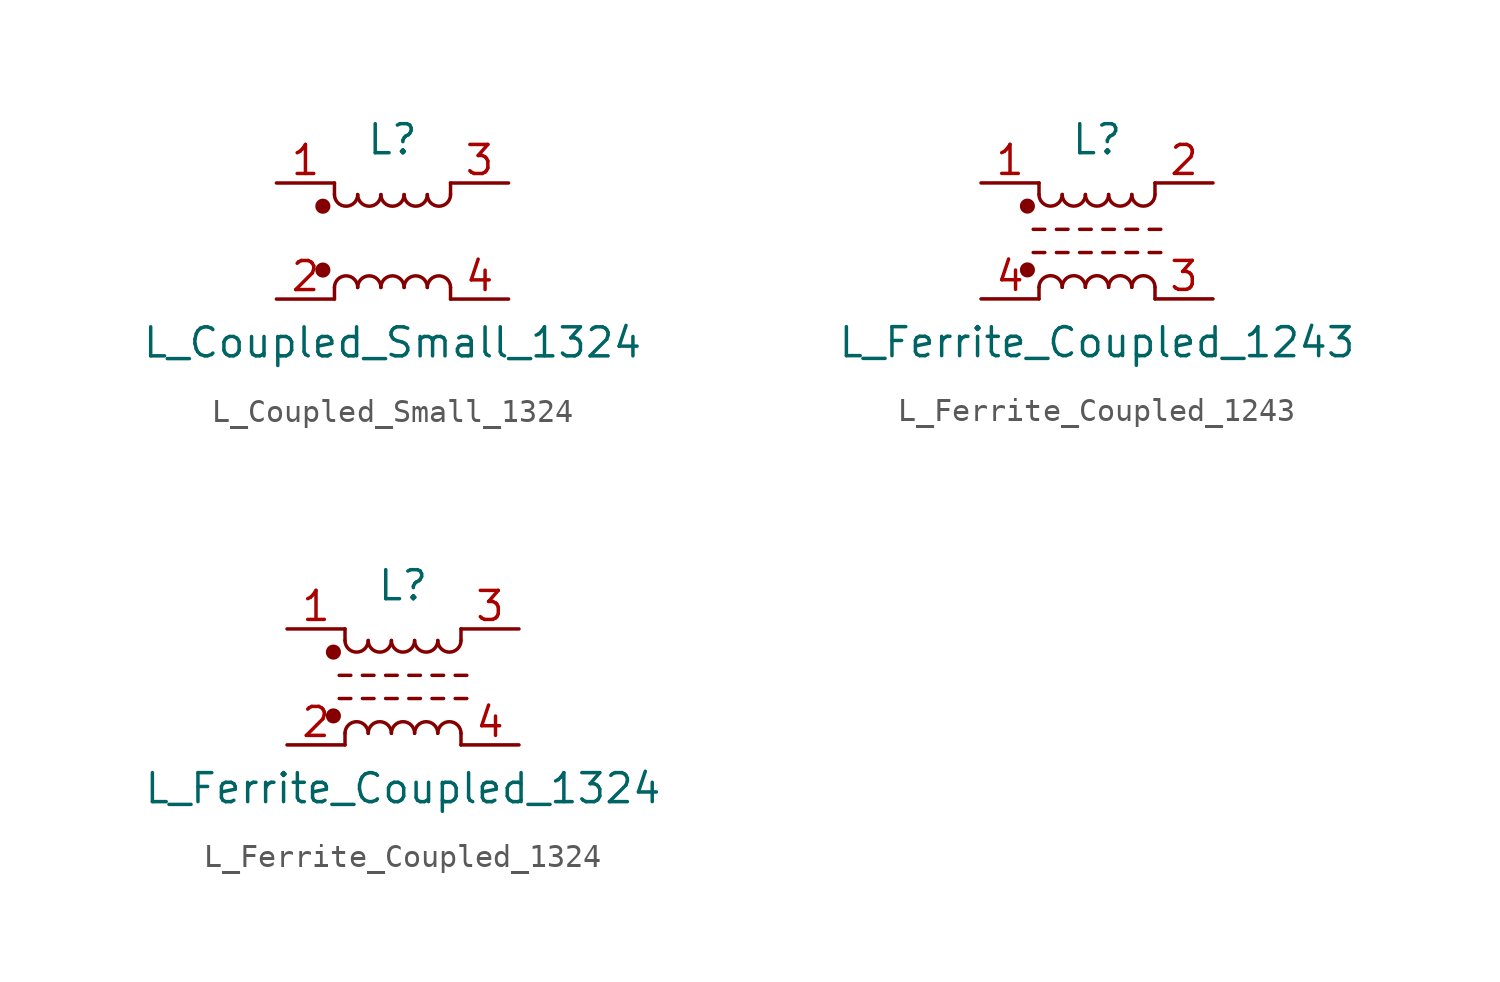
<source format=kicad_sym>
(kicad_symbol_lib
  (version 20220914)
  (generator kicad_symbol_editor)
  (symbol "L_Coupled_Small_1324"
    (pin_names
      (offset 0.254) hide)
    (property "Reference" "L"
      (at 0 4.445 0)
      (effects (font (size 1.27 1.27))))
    (property "Value" "L_Coupled_Small_1324"
      (at 0 -4.445 0)
      (effects (font (size 1.27 1.27))))
    (symbol "L_Coupled_Small_1324_0_1"
      (circle (center -3.048 -1.27) (radius 0.254) (stroke (width 0) (type default)) (fill (type outline)))
      (circle (center -3.048 1.524) (radius 0.254) (stroke (width 0) (type default)) (fill (type outline)))
      (arc (start -2.54 2.032) (mid -2.032 1.5262) (end -1.524 2.032) (stroke (width 0) (type default)) (fill (type none)))
      (arc (start -1.524 -2.032) (mid -2.032 -1.5262) (end -2.54 -2.032) (stroke (width 0) (type default)) (fill (type none)))
      (arc (start -1.524 2.032) (mid -1.016 1.5262) (end -0.508 2.032) (stroke (width 0) (type default)) (fill (type none)))
      (arc (start -0.508 -2.032) (mid -1.016 -1.5262) (end -1.524 -2.032) (stroke (width 0) (type default)) (fill (type none)))
      (arc (start -0.508 2.032) (mid 0 1.5262) (end 0.508 2.032) (stroke (width 0) (type default)) (fill (type none)))
      (polyline (pts (xy -2.54 -2.032) (xy -2.54 -2.54)) (stroke (width 0) (type default)) (fill (type none)))
      (polyline (pts (xy -2.54 2.032) (xy -2.54 2.54)) (stroke (width 0) (type default)) (fill (type none)))
      (polyline (pts (xy 2.54 -2.032) (xy 2.54 -2.54)) (stroke (width 0) (type default)) (fill (type none)))
      (polyline (pts (xy 2.54 2.54) (xy 2.54 2.032)) (stroke (width 0) (type default)) (fill (type none)))
      (arc (start 0.508 -2.032) (mid 0 -1.5262) (end -0.508 -2.032) (stroke (width 0) (type default)) (fill (type none)))
      (arc (start 0.508 2.032) (mid 1.016 1.5262) (end 1.524 2.032) (stroke (width 0) (type default)) (fill (type none)))
      (arc (start 1.524 -2.032) (mid 1.016 -1.5262) (end 0.508 -2.032) (stroke (width 0) (type default)) (fill (type none)))
      (arc (start 1.524 2.032) (mid 2.032 1.5262) (end 2.54 2.032) (stroke (width 0) (type default)) (fill (type none)))
      (arc (start 2.54 -2.032) (mid 2.032 -1.5262) (end 1.524 -2.032) (stroke (width 0) (type default)) (fill (type none))))
    (symbol "L_Coupled_Small_1324_1_1"
      (pin passive line (at -5.08 2.54 0) (length 2.54) (name "1" (effects (font (size 1.27 1.27)))) (number "1" (effects (font (size 1.27 1.27)))))
      (pin passive line (at -5.08 -2.54 0) (length 2.54) (name "2" (effects (font (size 1.27 1.27)))) (number "2" (effects (font (size 1.27 1.27)))))
      (pin passive line (at 5.08 2.54 180) (length 2.54) (name "3" (effects (font (size 1.27 1.27)))) (number "3" (effects (font (size 1.27 1.27)))))
      (pin passive line (at 5.08 -2.54 180) (length 2.54) (name "4" (effects (font (size 1.27 1.27)))) (number "4" (effects (font (size 1.27 1.27)))))))
  (symbol "L_Ferrite_Coupled_1243"
    (pin_names
      (offset 0.254) hide)
    (property "Reference" "L"
      (at 0 4.445 0)
      (effects (font (size 1.27 1.27))))
    (property "Value" "L_Ferrite_Coupled_1243"
      (at 0 -4.445 0)
      (effects (font (size 1.27 1.27))))
    (symbol "L_Ferrite_Coupled_1243_0_1"
      (circle (center -3.048 -1.27) (radius 0.254) (stroke (width 0) (type default)) (fill (type outline)))
      (circle (center -3.048 1.524) (radius 0.254) (stroke (width 0) (type default)) (fill (type outline)))
      (arc (start -2.54 2.032) (mid -2.032 1.5262) (end -1.524 2.032) (stroke (width 0) (type default)) (fill (type none)))
      (arc (start -1.524 -2.032) (mid -2.032 -1.5262) (end -2.54 -2.032) (stroke (width 0) (type default)) (fill (type none)))
      (arc (start -1.524 2.032) (mid -1.016 1.5262) (end -0.508 2.032) (stroke (width 0) (type default)) (fill (type none)))
      (arc (start -0.508 -2.032) (mid -1.016 -1.5262) (end -1.524 -2.032) (stroke (width 0) (type default)) (fill (type none)))
      (arc (start -0.508 2.032) (mid 0 1.5262) (end 0.508 2.032) (stroke (width 0) (type default)) (fill (type none)))
      (polyline (pts (xy -2.794 -0.508) (xy -2.286 -0.508)) (stroke (width 0) (type default)) (fill (type none)))
      (polyline (pts (xy -2.794 0.508) (xy -2.286 0.508)) (stroke (width 0) (type default)) (fill (type none)))
      (polyline (pts (xy -2.54 -2.032) (xy -2.54 -2.54)) (stroke (width 0) (type default)) (fill (type none)))
      (polyline (pts (xy -2.54 2.032) (xy -2.54 2.54)) (stroke (width 0) (type default)) (fill (type none)))
      (polyline (pts (xy -1.778 -0.508) (xy -1.27 -0.508)) (stroke (width 0) (type default)) (fill (type none)))
      (polyline (pts (xy -1.778 0.508) (xy -1.27 0.508)) (stroke (width 0) (type default)) (fill (type none)))
      (polyline (pts (xy -0.762 -0.508) (xy -0.254 -0.508)) (stroke (width 0) (type default)) (fill (type none)))
      (polyline (pts (xy -0.762 0.508) (xy -0.254 0.508)) (stroke (width 0) (type default)) (fill (type none)))
      (polyline (pts (xy 0.254 -0.508) (xy 0.762 -0.508)) (stroke (width 0) (type default)) (fill (type none)))
      (polyline (pts (xy 0.254 0.508) (xy 0.762 0.508)) (stroke (width 0) (type default)) (fill (type none)))
      (polyline (pts (xy 1.27 -0.508) (xy 1.778 -0.508)) (stroke (width 0) (type default)) (fill (type none)))
      (polyline (pts (xy 1.27 0.508) (xy 1.778 0.508)) (stroke (width 0) (type default)) (fill (type none)))
      (polyline (pts (xy 2.286 -0.508) (xy 2.794 -0.508)) (stroke (width 0) (type default)) (fill (type none)))
      (polyline (pts (xy 2.286 0.508) (xy 2.794 0.508)) (stroke (width 0) (type default)) (fill (type none)))
      (polyline (pts (xy 2.54 -2.032) (xy 2.54 -2.54)) (stroke (width 0) (type default)) (fill (type none)))
      (polyline (pts (xy 2.54 2.54) (xy 2.54 2.032)) (stroke (width 0) (type default)) (fill (type none)))
      (arc (start 0.508 -2.032) (mid 0 -1.5262) (end -0.508 -2.032) (stroke (width 0) (type default)) (fill (type none)))
      (arc (start 0.508 2.032) (mid 1.016 1.5262) (end 1.524 2.032) (stroke (width 0) (type default)) (fill (type none)))
      (arc (start 1.524 -2.032) (mid 1.016 -1.5262) (end 0.508 -2.032) (stroke (width 0) (type default)) (fill (type none)))
      (arc (start 1.524 2.032) (mid 2.032 1.5262) (end 2.54 2.032) (stroke (width 0) (type default)) (fill (type none)))
      (arc (start 2.54 -2.032) (mid 2.032 -1.5262) (end 1.524 -2.032) (stroke (width 0) (type default)) (fill (type none))))
    (symbol "L_Ferrite_Coupled_1243_1_1"
      (pin passive line (at -5.08 2.54 0) (length 2.54) (name "1" (effects (font (size 1.27 1.27)))) (number "1" (effects (font (size 1.27 1.27)))))
      (pin passive line (at 5.08 2.54 180) (length 2.54) (name "2" (effects (font (size 1.27 1.27)))) (number "2" (effects (font (size 1.27 1.27)))))
      (pin passive line (at 5.08 -2.54 180) (length 2.54) (name "3" (effects (font (size 1.27 1.27)))) (number "3" (effects (font (size 1.27 1.27)))))
      (pin passive line (at -5.08 -2.54 0) (length 2.54) (name "4" (effects (font (size 1.27 1.27)))) (number "4" (effects (font (size 1.27 1.27)))))))
  (symbol "L_Ferrite_Coupled_1324"
    (pin_names
      (offset 0.254) hide)
    (property "Reference" "L"
      (at 0 4.445 0)
      (effects (font (size 1.27 1.27))))
    (property "Value" "L_Ferrite_Coupled_1324"
      (at 0 -4.445 0)
      (effects (font (size 1.27 1.27))))
    (symbol "L_Ferrite_Coupled_1324_0_1"
      (circle (center -3.048 -1.27) (radius 0.254) (stroke (width 0) (type default)) (fill (type outline)))
      (circle (center -3.048 1.524) (radius 0.254) (stroke (width 0) (type default)) (fill (type outline)))
      (arc (start -2.54 2.032) (mid -2.032 1.5262) (end -1.524 2.032) (stroke (width 0) (type default)) (fill (type none)))
      (arc (start -1.524 -2.032) (mid -2.032 -1.5262) (end -2.54 -2.032) (stroke (width 0) (type default)) (fill (type none)))
      (arc (start -1.524 2.032) (mid -1.016 1.5262) (end -0.508 2.032) (stroke (width 0) (type default)) (fill (type none)))
      (arc (start -0.508 -2.032) (mid -1.016 -1.5262) (end -1.524 -2.032) (stroke (width 0) (type default)) (fill (type none)))
      (arc (start -0.508 2.032) (mid 0 1.5262) (end 0.508 2.032) (stroke (width 0) (type default)) (fill (type none)))
      (polyline (pts (xy -2.794 -0.508) (xy -2.286 -0.508)) (stroke (width 0) (type default)) (fill (type none)))
      (polyline (pts (xy -2.794 0.508) (xy -2.286 0.508)) (stroke (width 0) (type default)) (fill (type none)))
      (polyline (pts (xy -2.54 -2.032) (xy -2.54 -2.54)) (stroke (width 0) (type default)) (fill (type none)))
      (polyline (pts (xy -2.54 2.032) (xy -2.54 2.54)) (stroke (width 0) (type default)) (fill (type none)))
      (polyline (pts (xy -1.778 -0.508) (xy -1.27 -0.508)) (stroke (width 0) (type default)) (fill (type none)))
      (polyline (pts (xy -1.778 0.508) (xy -1.27 0.508)) (stroke (width 0) (type default)) (fill (type none)))
      (polyline (pts (xy -0.762 -0.508) (xy -0.254 -0.508)) (stroke (width 0) (type default)) (fill (type none)))
      (polyline (pts (xy -0.762 0.508) (xy -0.254 0.508)) (stroke (width 0) (type default)) (fill (type none)))
      (polyline (pts (xy 0.254 -0.508) (xy 0.762 -0.508)) (stroke (width 0) (type default)) (fill (type none)))
      (polyline (pts (xy 0.254 0.508) (xy 0.762 0.508)) (stroke (width 0) (type default)) (fill (type none)))
      (polyline (pts (xy 1.27 -0.508) (xy 1.778 -0.508)) (stroke (width 0) (type default)) (fill (type none)))
      (polyline (pts (xy 1.27 0.508) (xy 1.778 0.508)) (stroke (width 0) (type default)) (fill (type none)))
      (polyline (pts (xy 2.286 -0.508) (xy 2.794 -0.508)) (stroke (width 0) (type default)) (fill (type none)))
      (polyline (pts (xy 2.286 0.508) (xy 2.794 0.508)) (stroke (width 0) (type default)) (fill (type none)))
      (polyline (pts (xy 2.54 -2.032) (xy 2.54 -2.54)) (stroke (width 0) (type default)) (fill (type none)))
      (polyline (pts (xy 2.54 2.54) (xy 2.54 2.032)) (stroke (width 0) (type default)) (fill (type none)))
      (arc (start 0.508 -2.032) (mid 0 -1.5262) (end -0.508 -2.032) (stroke (width 0) (type default)) (fill (type none)))
      (arc (start 0.508 2.032) (mid 1.016 1.5262) (end 1.524 2.032) (stroke (width 0) (type default)) (fill (type none)))
      (arc (start 1.524 -2.032) (mid 1.016 -1.5262) (end 0.508 -2.032) (stroke (width 0) (type default)) (fill (type none)))
      (arc (start 1.524 2.032) (mid 2.032 1.5262) (end 2.54 2.032) (stroke (width 0) (type default)) (fill (type none)))
      (arc (start 2.54 -2.032) (mid 2.032 -1.5262) (end 1.524 -2.032) (stroke (width 0) (type default)) (fill (type none))))
    (symbol "L_Ferrite_Coupled_1324_1_1"
      (pin passive line (at -5.08 2.54 0) (length 2.54) (name "1" (effects (font (size 1.27 1.27)))) (number "1" (effects (font (size 1.27 1.27)))))
      (pin passive line (at -5.08 -2.54 0) (length 2.54) (name "2" (effects (font (size 1.27 1.27)))) (number "2" (effects (font (size 1.27 1.27)))))
      (pin passive line (at 5.08 2.54 180) (length 2.54) (name "3" (effects (font (size 1.27 1.27)))) (number "3" (effects (font (size 1.27 1.27)))))
      (pin passive line (at 5.08 -2.54 180) (length 2.54) (name "4" (effects (font (size 1.27 1.27)))) (number "4" (effects (font (size 1.27 1.27))))))))
</source>
